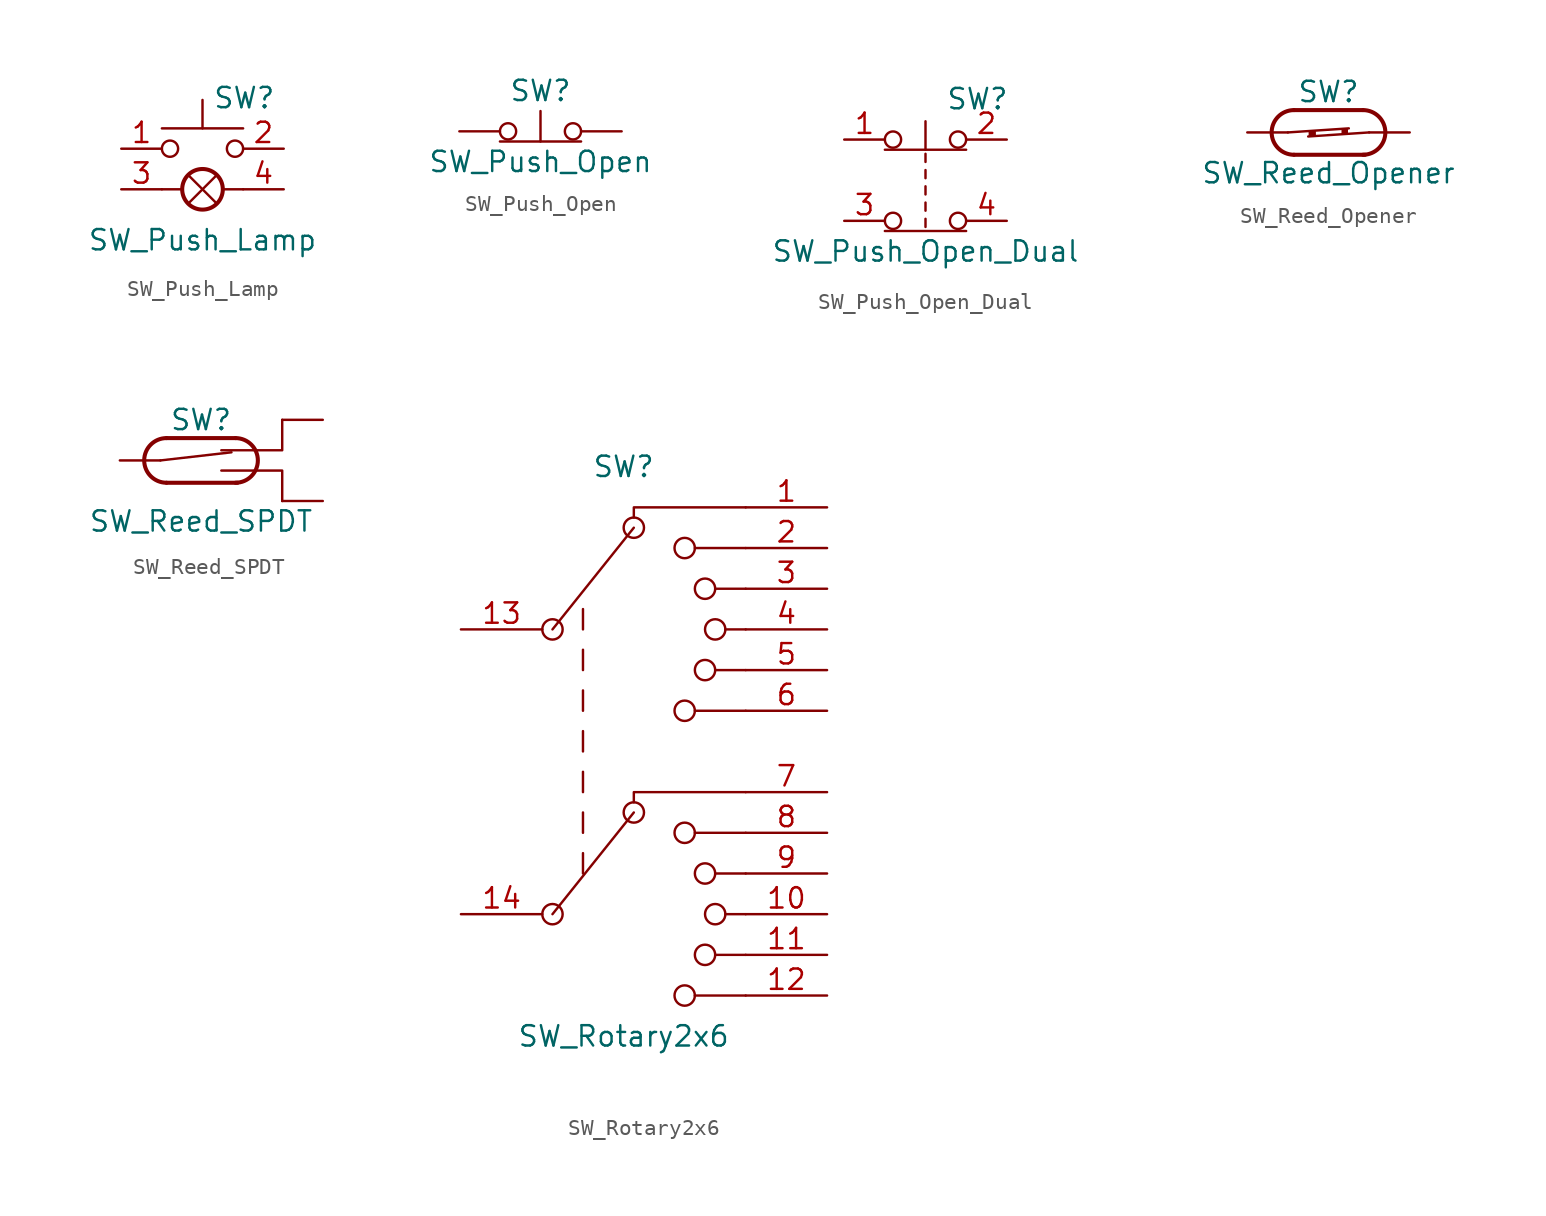
<source format=kicad_sym>
(kicad_symbol_lib
  (version 20201005)
  (generator kicad_symbol_editor)
  (symbol "SW_Push_Lamp"
    (pin_names
      (offset 1.016) hide)
    (property "Reference" "SW"
      (at 0.635 5.715 0)
      (effects (font (size 1.27 1.27)) (justify left)))
    (property "Value" "SW_Push_Lamp"
      (at 0 -3.175 0)
      (effects (font (size 1.27 1.27))))
    (symbol "SW_Push_Lamp_0_1"
      (circle (center -2.032 2.54) (radius 0.508) (stroke (width 0)) (fill (type none)))
      (circle (center 0 0) (radius 1.27) (stroke (width 0.254)) (fill (type none)))
      (circle (center 2.032 2.54) (radius 0.508) (stroke (width 0)) (fill (type none)))
      (polyline (pts (xy -2.54 0) (xy -1.27 0)) (stroke (width 0)) (fill (type none)))
      (polyline (pts (xy -0.889 -0.889) (xy 0.889 0.889)) (stroke (width 0)) (fill (type none)))
      (polyline (pts (xy 0 3.81) (xy 0 5.588)) (stroke (width 0)) (fill (type none)))
      (polyline (pts (xy 0.889 -0.889) (xy -0.889 0.889)) (stroke (width 0)) (fill (type none)))
      (polyline (pts (xy 2.54 0) (xy 1.27 0)) (stroke (width 0)) (fill (type none)))
      (polyline (pts (xy 2.54 3.81) (xy -2.54 3.81)) (stroke (width 0)) (fill (type none)))
      (pin passive line (at -5.08 2.54 0) (length 2.54) (name "1" (effects (font (size 1.27 1.27)))) (number "1" (effects (font (size 1.27 1.27)))))
      (pin passive line (at 5.08 2.54 180) (length 2.54) (name "2" (effects (font (size 1.27 1.27)))) (number "2" (effects (font (size 1.27 1.27)))))
      (pin passive line (at -5.08 0 0) (length 2.54) (name "L" (effects (font (size 1.27 1.27)))) (number "3" (effects (font (size 1.27 1.27)))))
      (pin passive line (at 5.08 0 180) (length 2.54) (name "L" (effects (font (size 1.27 1.27)))) (number "4" (effects (font (size 1.27 1.27)))))))
  (symbol "SW_Push_Open"
    (pin_numbers hide)
    (pin_names
      (offset 1.016) hide)
    (property "Reference" "SW"
      (at 0 2.54 0)
      (effects (font (size 1.27 1.27))))
    (property "Value" "SW_Push_Open"
      (at 0 -1.905 0)
      (effects (font (size 1.27 1.27))))
    (symbol "SW_Push_Open_0_1"
      (circle (center -2.032 0) (radius 0.508) (stroke (width 0)) (fill (type none)))
      (circle (center 2.032 0) (radius 0.508) (stroke (width 0)) (fill (type none)))
      (polyline (pts (xy -2.54 -0.635) (xy 2.54 -0.635)) (stroke (width 0)) (fill (type none)))
      (polyline (pts (xy 0 -0.635) (xy 0 1.27)) (stroke (width 0)) (fill (type none)))
      (pin passive line (at -5.08 0 0) (length 2.54) (name "A" (effects (font (size 1.27 1.27)))) (number "1" (effects (font (size 1.27 1.27))))))
    (symbol "SW_Push_Open_1_1"
      (pin passive line (at 5.08 0 180) (length 2.54) (name "B" (effects (font (size 1.27 1.27)))) (number "2" (effects (font (size 1.27 1.27)))))))
  (symbol "SW_Push_Open_Dual"
    (pin_names
      (offset 1.016) hide)
    (property "Reference" "SW"
      (at 1.27 2.54 0)
      (effects (font (size 1.27 1.27)) (justify left)))
    (property "Value" "SW_Push_Open_Dual"
      (at 0 -6.985 0)
      (effects (font (size 1.27 1.27))))
    (symbol "SW_Push_Open_Dual_0_1"
      (circle (center -2.032 -5.08) (radius 0.508) (stroke (width 0)) (fill (type none)))
      (circle (center -2.032 0) (radius 0.508) (stroke (width 0)) (fill (type none)))
      (circle (center 2.032 -5.08) (radius 0.508) (stroke (width 0)) (fill (type none)))
      (circle (center 2.032 0) (radius 0.508) (stroke (width 0)) (fill (type none)))
      (polyline (pts (xy 0 -4.953) (xy 0 -5.461)) (stroke (width 0)) (fill (type none)))
      (polyline (pts (xy 0 -3.937) (xy 0 -4.445)) (stroke (width 0)) (fill (type none)))
      (polyline (pts (xy 0 -3.429) (xy 0 -2.921)) (stroke (width 0)) (fill (type none)))
      (polyline (pts (xy 0 -2.413) (xy 0 -1.905)) (stroke (width 0)) (fill (type none)))
      (polyline (pts (xy 0 -1.397) (xy 0 -0.889)) (stroke (width 0)) (fill (type none)))
      (polyline (pts (xy 0 -0.635) (xy 0 1.143)) (stroke (width 0)) (fill (type none)))
      (polyline (pts (xy 2.54 -5.715) (xy -2.54 -5.715)) (stroke (width 0)) (fill (type none)))
      (polyline (pts (xy 2.54 -0.635) (xy -2.54 -0.635)) (stroke (width 0)) (fill (type none)))
      (pin passive line (at -5.08 0 0) (length 2.54) (name "1" (effects (font (size 1.27 1.27)))) (number "1" (effects (font (size 1.27 1.27)))))
      (pin passive line (at 5.08 0 180) (length 2.54) (name "2" (effects (font (size 1.27 1.27)))) (number "2" (effects (font (size 1.27 1.27)))))
      (pin passive line (at -5.08 -5.08 0) (length 2.54) (name "3" (effects (font (size 1.27 1.27)))) (number "3" (effects (font (size 1.27 1.27)))))
      (pin passive line (at 5.08 -5.08 180) (length 2.54) (name "4" (effects (font (size 1.27 1.27)))) (number "4" (effects (font (size 1.27 1.27)))))))
  (symbol "SW_Reed_Opener"
    (pin_numbers hide)
    (pin_names
      (offset 0) hide)
    (property "Reference" "SW"
      (at 0 2.54 0)
      (effects (font (size 1.27 1.27))))
    (property "Value" "SW_Reed_Opener"
      (at 0 -2.54 0)
      (effects (font (size 1.27 1.27))))
    (symbol "SW_Reed_Opener_0_0"
      (arc (start -2.159 1.397) (end -2.159 -1.397) (radius (at -2.159 0) (length 1.397) (angles 90.1 -90.1)) (stroke (width 0.254)) (fill (type none)))
      (arc (start 2.159 -1.397) (end 2.159 1.397) (radius (at 2.159 0) (length 1.397) (angles -89.9 89.9)) (stroke (width 0.254)) (fill (type none)))
      (polyline (pts (xy -2.54 0) (xy 1.27 0.254)) (stroke (width 0)) (fill (type none)))
      (polyline (pts (xy -2.159 -1.397) (xy 2.286 -1.397)) (stroke (width 0.254)) (fill (type none)))
      (polyline (pts (xy 2.159 1.397) (xy -2.159 1.397)) (stroke (width 0.254)) (fill (type none)))
      (polyline (pts (xy 2.54 0) (xy -1.27 -0.254)) (stroke (width 0)) (fill (type none))))
    (symbol "SW_Reed_Opener_0_1"
      (rectangle (start -1.168 0.051) (end -0.864 -0.203) (stroke (width 0)) (fill (type outline)))
      (rectangle (start 0.889 0.178) (end 1.143 -0.076) (stroke (width 0)) (fill (type outline))))
    (symbol "SW_Reed_Opener_1_1"
      (pin passive line (at -5.08 0 0) (length 2.54) (name "1" (effects (font (size 1.27 1.27)))) (number "1" (effects (font (size 1.27 1.27)))))
      (pin passive line (at 5.08 0 180) (length 2.54) (name "2" (effects (font (size 1.27 1.27)))) (number "2" (effects (font (size 1.27 1.27)))))))
  (symbol "SW_Reed_SPDT"
    (pin_numbers hide)
    (pin_names
      (offset 0) hide)
    (property "Reference" "SW"
      (at 0 2.54 0)
      (effects (font (size 1.27 1.27))))
    (property "Value" "SW_Reed_SPDT"
      (at 0 -3.81 0)
      (effects (font (size 1.27 1.27))))
    (symbol "SW_Reed_SPDT_0_0"
      (arc (start -2.159 1.397) (end -2.159 -1.397) (radius (at -2.159 0) (length 1.397) (angles 90.1 -90.1)) (stroke (width 0.254)) (fill (type none)))
      (arc (start 2.159 -1.397) (end 2.159 1.397) (radius (at 2.159 0) (length 1.397) (angles -89.9 89.9)) (stroke (width 0.254)) (fill (type none)))
      (polyline (pts (xy -2.54 0) (xy 1.905 0.508)) (stroke (width 0)) (fill (type none)))
      (polyline (pts (xy -2.159 -1.397) (xy 2.286 -1.397)) (stroke (width 0.254)) (fill (type none)))
      (polyline (pts (xy 2.159 1.397) (xy -2.159 1.397)) (stroke (width 0.254)) (fill (type none))))
    (symbol "SW_Reed_SPDT_0_1"
      (polyline (pts (xy 1.27 -0.635) (xy 5.08 -0.635) (xy 5.08 -2.54)) (stroke (width 0)) (fill (type none)))
      (polyline (pts (xy 1.27 0.635) (xy 5.08 0.635) (xy 5.08 2.54)) (stroke (width 0)) (fill (type none))))
    (symbol "SW_Reed_SPDT_1_1"
      (pin passive line (at 7.62 2.54 180) (length 2.54) (name "1" (effects (font (size 1.27 1.27)))) (number "1" (effects (font (size 1.27 1.27)))))
      (pin passive line (at -5.08 0 0) (length 2.54) (name "2" (effects (font (size 1.27 1.27)))) (number "2" (effects (font (size 1.27 1.27)))))
      (pin passive line (at 7.62 -2.54 180) (length 2.54) (name "3" (effects (font (size 1.27 1.27)))) (number "3" (effects (font (size 1.27 1.27)))))))
  (symbol "SW_Rotary2x6"
    (pin_names
      (offset 1.016) hide)
    (property "Reference" "SW"
      (at 0 17.78 0)
      (effects (font (size 1.27 1.27))))
    (property "Value" "SW_Rotary2x6"
      (at 0 -17.78 0)
      (effects (font (size 1.27 1.27))))
    (symbol "SW_Rotary2x6_0_0"
      (circle (center -4.445 -10.16) (radius 0.635) (stroke (width 0)) (fill (type none)))
      (circle (center -4.445 7.62) (radius 0.635) (stroke (width 0)) (fill (type none)))
      (circle (center 0.635 -3.81) (radius 0.635) (stroke (width 0)) (fill (type none)))
      (circle (center 0.635 13.97) (radius 0.635) (stroke (width 0)) (fill (type none)))
      (circle (center 3.81 -15.24) (radius 0.635) (stroke (width 0)) (fill (type none)))
      (circle (center 3.81 -5.08) (radius 0.635) (stroke (width 0)) (fill (type none)))
      (circle (center 3.81 2.54) (radius 0.635) (stroke (width 0)) (fill (type none)))
      (circle (center 3.81 12.7) (radius 0.635) (stroke (width 0)) (fill (type none)))
      (circle (center 5.08 -12.7) (radius 0.635) (stroke (width 0)) (fill (type none)))
      (circle (center 5.08 -7.62) (radius 0.635) (stroke (width 0)) (fill (type none)))
      (circle (center 5.08 5.08) (radius 0.635) (stroke (width 0)) (fill (type none)))
      (circle (center 5.08 10.16) (radius 0.635) (stroke (width 0)) (fill (type none)))
      (circle (center 5.715 -10.16) (radius 0.635) (stroke (width 0)) (fill (type none)))
      (circle (center 5.715 7.62) (radius 0.635) (stroke (width 0)) (fill (type none)))
      (polyline (pts (xy -4.445 -10.16) (xy 0.635 -3.81)) (stroke (width 0)) (fill (type none)))
      (polyline (pts (xy -4.445 7.62) (xy 0.635 13.97)) (stroke (width 0)) (fill (type none)))
      (polyline (pts (xy -2.54 -7.62) (xy -2.54 -6.35)) (stroke (width 0)) (fill (type none)))
      (polyline (pts (xy -2.54 -5.08) (xy -2.54 -3.81)) (stroke (width 0)) (fill (type none)))
      (polyline (pts (xy -2.54 -2.54) (xy -2.54 -1.27)) (stroke (width 0)) (fill (type none)))
      (polyline (pts (xy -2.54 0) (xy -2.54 1.27)) (stroke (width 0)) (fill (type none)))
      (polyline (pts (xy -2.54 2.54) (xy -2.54 3.81)) (stroke (width 0)) (fill (type none)))
      (polyline (pts (xy -2.54 5.08) (xy -2.54 6.35)) (stroke (width 0)) (fill (type none)))
      (polyline (pts (xy -2.54 7.62) (xy -2.54 8.89)) (stroke (width 0)) (fill (type none)))
      (polyline (pts (xy 4.445 -5.08) (xy 7.62 -5.08)) (stroke (width 0)) (fill (type none)))
      (polyline (pts (xy 4.445 12.7) (xy 7.62 12.7)) (stroke (width 0)) (fill (type none)))
      (polyline (pts (xy 5.715 -12.7) (xy 7.62 -12.7)) (stroke (width 0)) (fill (type none)))
      (polyline (pts (xy 5.715 -7.62) (xy 7.62 -7.62)) (stroke (width 0)) (fill (type none)))
      (polyline (pts (xy 5.715 5.08) (xy 7.62 5.08)) (stroke (width 0)) (fill (type none)))
      (polyline (pts (xy 5.715 10.16) (xy 7.62 10.16)) (stroke (width 0)) (fill (type none)))
      (polyline (pts (xy 6.35 -10.16) (xy 7.62 -10.16)) (stroke (width 0)) (fill (type none)))
      (polyline (pts (xy 6.35 7.62) (xy 7.62 7.62)) (stroke (width 0)) (fill (type none)))
      (polyline (pts (xy 7.62 -15.24) (xy 4.445 -15.24)) (stroke (width 0)) (fill (type none)))
      (polyline (pts (xy 7.62 2.54) (xy 4.445 2.54)) (stroke (width 0)) (fill (type none)))
      (polyline (pts (xy 0.635 -3.175) (xy 0.635 -2.54) (xy 7.62 -2.54)) (stroke (width 0)) (fill (type none)))
      (polyline (pts (xy 0.635 14.605) (xy 0.635 15.24) (xy 7.62 15.24)) (stroke (width 0)) (fill (type none))))
    (symbol "SW_Rotary2x6_0_1"
      (pin passive line (at 12.7 15.24 180) (length 5.08) (name "1" (effects (font (size 1.27 1.27)))) (number "1" (effects (font (size 1.27 1.27)))))
      (pin passive line (at 12.7 -10.16 180) (length 5.08) (name "10" (effects (font (size 1.27 1.27)))) (number "10" (effects (font (size 1.27 1.27)))))
      (pin passive line (at 12.7 -12.7 180) (length 5.08) (name "11" (effects (font (size 1.27 1.27)))) (number "11" (effects (font (size 1.27 1.27)))))
      (pin passive line (at 12.7 -15.24 180) (length 5.08) (name "12" (effects (font (size 1.27 1.27)))) (number "12" (effects (font (size 1.27 1.27)))))
      (pin passive line (at -10.16 7.62 0) (length 5.08) (name "13" (effects (font (size 1.27 1.27)))) (number "13" (effects (font (size 1.27 1.27)))))
      (pin passive line (at -10.16 -10.16 0) (length 5.08) (name "14" (effects (font (size 1.27 1.27)))) (number "14" (effects (font (size 1.27 1.27)))))
      (pin passive line (at 12.7 12.7 180) (length 5.08) (name "2" (effects (font (size 1.27 1.27)))) (number "2" (effects (font (size 1.27 1.27)))))
      (pin passive line (at 12.7 10.16 180) (length 5.08) (name "3" (effects (font (size 1.27 1.27)))) (number "3" (effects (font (size 1.27 1.27)))))
      (pin passive line (at 12.7 7.62 180) (length 5.08) (name "4" (effects (font (size 1.27 1.27)))) (number "4" (effects (font (size 1.27 1.27)))))
      (pin passive line (at 12.7 5.08 180) (length 5.08) (name "5" (effects (font (size 1.27 1.27)))) (number "5" (effects (font (size 1.27 1.27)))))
      (pin passive line (at 12.7 2.54 180) (length 5.08) (name "6" (effects (font (size 1.27 1.27)))) (number "6" (effects (font (size 1.27 1.27)))))
      (pin passive line (at 12.7 -2.54 180) (length 5.08) (name "7" (effects (font (size 1.27 1.27)))) (number "7" (effects (font (size 1.27 1.27)))))
      (pin passive line (at 12.7 -5.08 180) (length 5.08) (name "8" (effects (font (size 1.27 1.27)))) (number "8" (effects (font (size 1.27 1.27)))))
      (pin passive line (at 12.7 -7.62 180) (length 5.08) (name "9" (effects (font (size 1.27 1.27)))) (number "9" (effects (font (size 1.27 1.27))))))))
</source>
